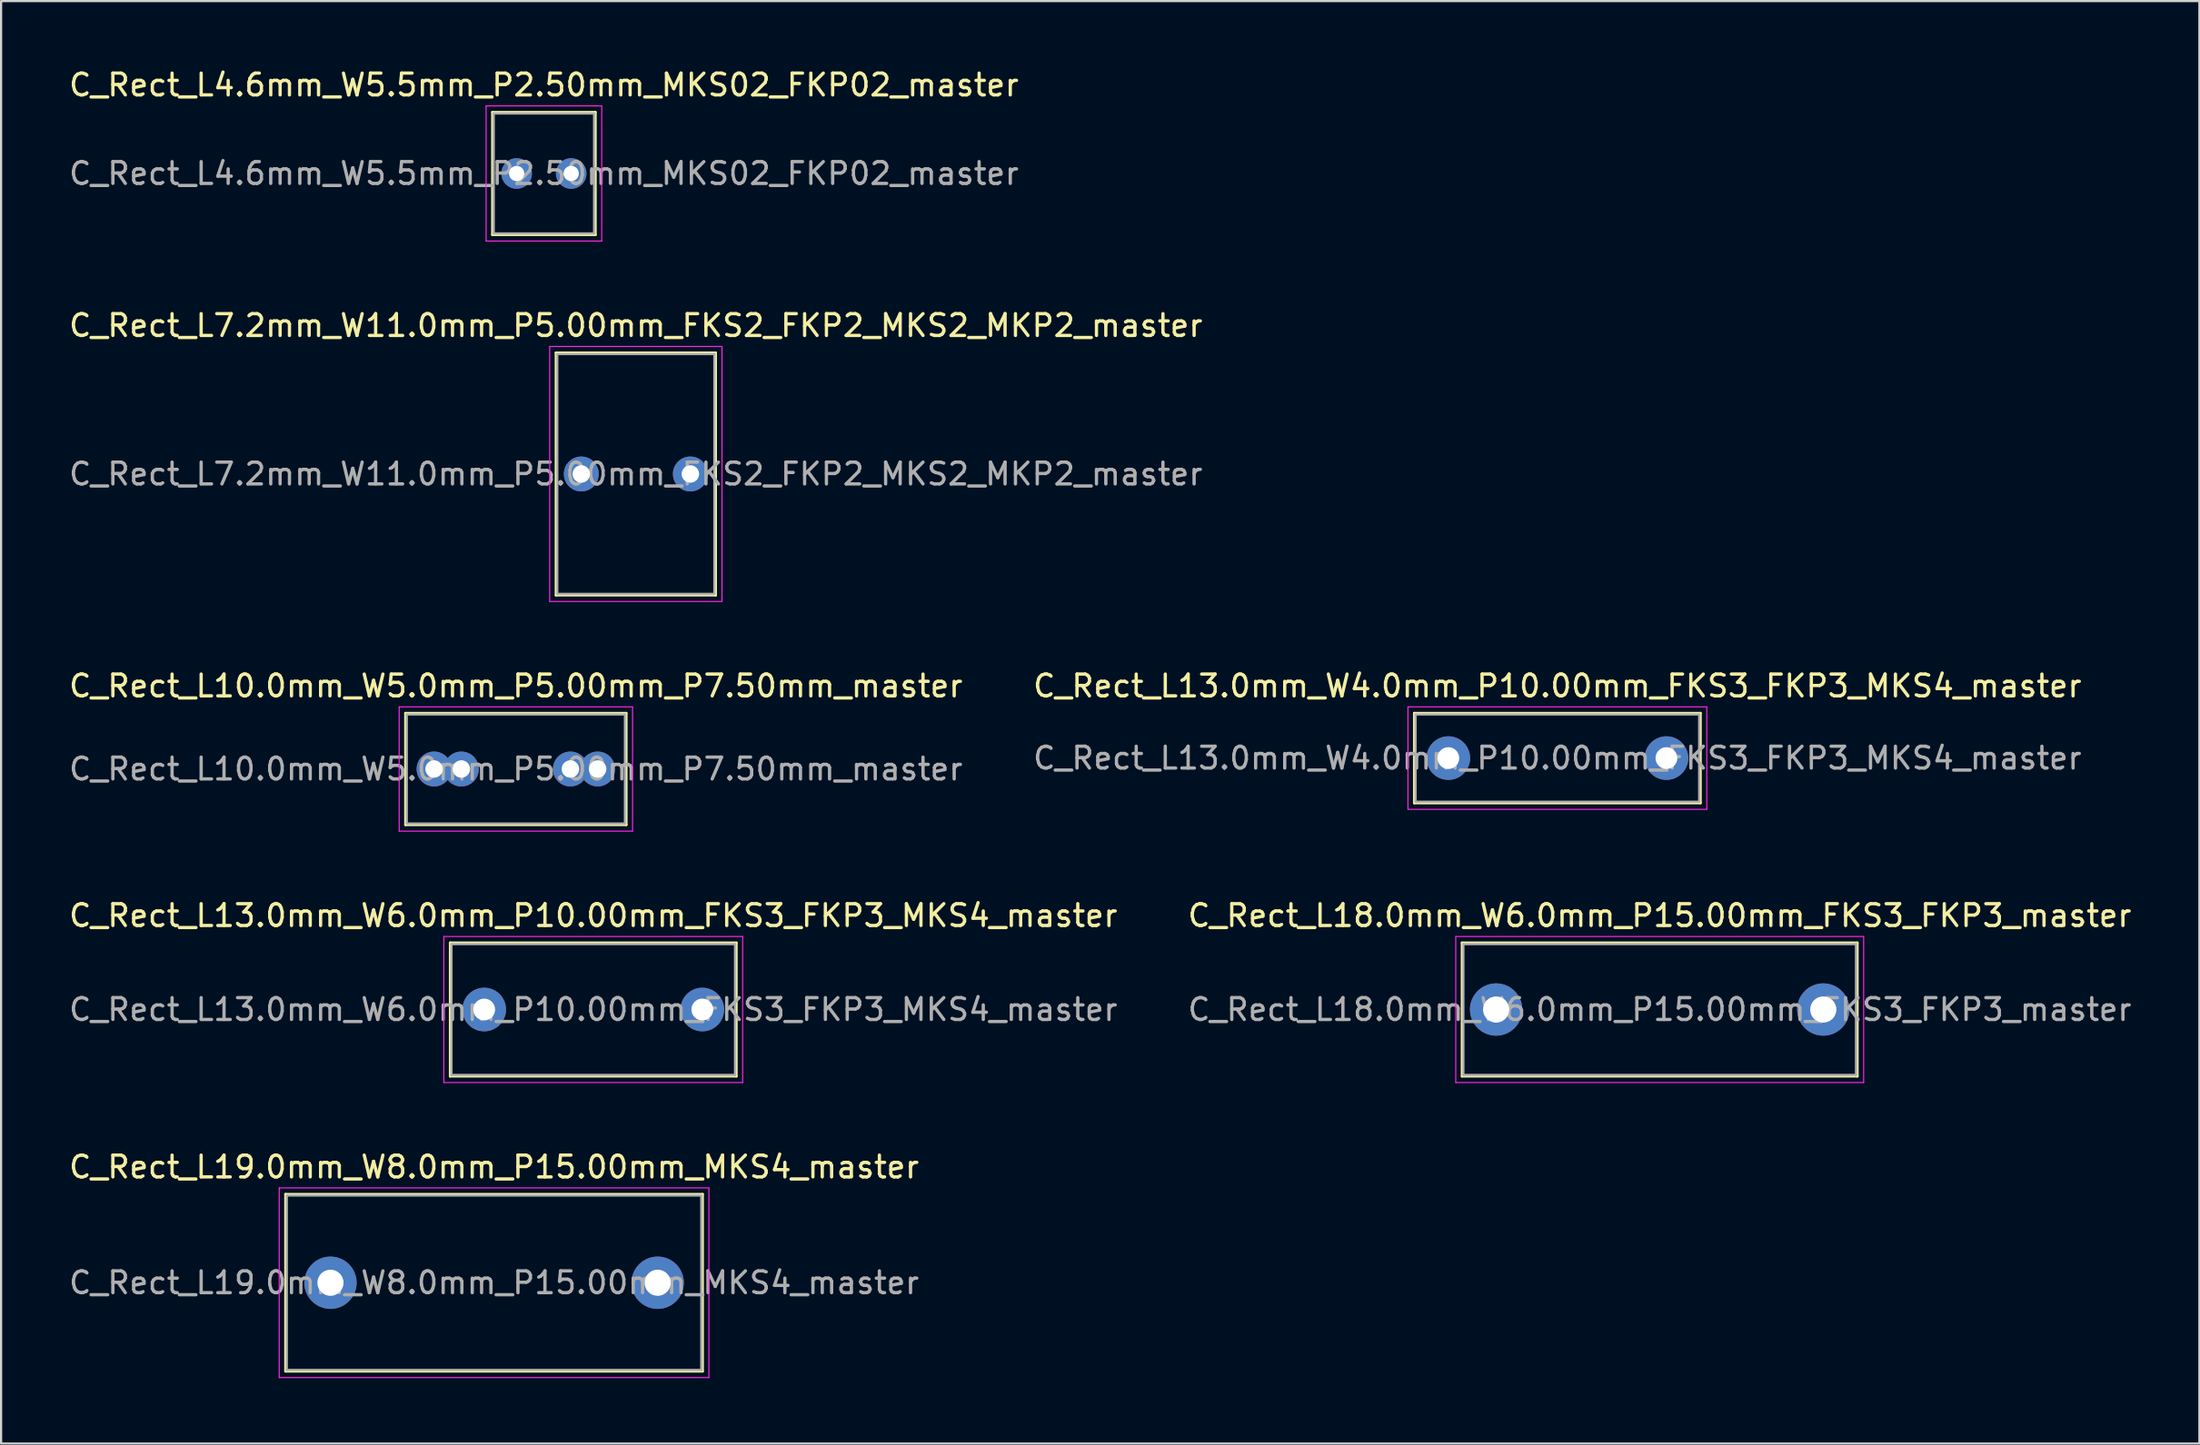
<source format=kicad_pcb>
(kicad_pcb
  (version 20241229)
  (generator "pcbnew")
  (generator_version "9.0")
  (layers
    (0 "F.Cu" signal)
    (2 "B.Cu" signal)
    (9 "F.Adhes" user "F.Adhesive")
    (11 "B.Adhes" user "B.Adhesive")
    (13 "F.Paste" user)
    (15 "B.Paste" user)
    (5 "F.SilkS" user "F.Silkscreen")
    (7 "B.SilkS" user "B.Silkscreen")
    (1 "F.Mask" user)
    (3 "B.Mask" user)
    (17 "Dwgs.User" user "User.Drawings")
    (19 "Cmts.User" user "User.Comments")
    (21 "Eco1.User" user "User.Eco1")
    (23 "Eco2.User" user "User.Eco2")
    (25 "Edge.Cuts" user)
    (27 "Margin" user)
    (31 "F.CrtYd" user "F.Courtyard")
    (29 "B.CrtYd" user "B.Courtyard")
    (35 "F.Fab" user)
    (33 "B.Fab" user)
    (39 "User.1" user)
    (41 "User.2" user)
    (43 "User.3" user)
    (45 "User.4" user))
  (footprint "C_Rect_L7.2mm_W11.0mm_P5.00mm_FKS2_FKP2_MKS2_MKP2_master"
    (layer "F.Cu")
    (at 23.601 18.692)
    (property "Reference" "C_Rect_L7.2mm_W11.0mm_P5.00mm_FKS2_FKP2_MKS2_MKP2_master" (at 2.5 -6.81 0) (layer "F.SilkS") (effects (font (size 1 1) (thickness 0.15))))
    (attr through_hole)
    (fp_line (start -1.16 -5.56) (end -1.16 5.56) (stroke (width 0.12) (type solid)) (layer "F.SilkS"))
    (fp_line (start -1.16 -5.56) (end 6.16 -5.56) (stroke (width 0.12) (type solid)) (layer "F.SilkS"))
    (fp_line (start -1.16 5.56) (end 6.16 5.56) (stroke (width 0.12) (type solid)) (layer "F.SilkS"))
    (fp_line (start 6.16 -5.56) (end 6.16 5.56) (stroke (width 0.12) (type solid)) (layer "F.SilkS"))
    (fp_line (start -1.45 -5.85) (end -1.45 5.85) (stroke (width 0.05) (type solid)) (layer "F.CrtYd"))
    (fp_line (start -1.45 5.85) (end 6.45 5.85) (stroke (width 0.05) (type solid)) (layer "F.CrtYd"))
    (fp_line (start 6.45 -5.85) (end -1.45 -5.85) (stroke (width 0.05) (type solid)) (layer "F.CrtYd"))
    (fp_line (start 6.45 5.85) (end 6.45 -5.85) (stroke (width 0.05) (type solid)) (layer "F.CrtYd"))
    (fp_line (start -1.1 -5.5) (end -1.1 5.5) (stroke (width 0.1) (type solid)) (layer "F.Fab"))
    (fp_line (start -1.1 5.5) (end 6.1 5.5) (stroke (width 0.1) (type solid)) (layer "F.Fab"))
    (fp_line (start 6.1 -5.5) (end -1.1 -5.5) (stroke (width 0.1) (type solid)) (layer "F.Fab"))
    (fp_line (start 6.1 5.5) (end 6.1 -5.5) (stroke (width 0.1) (type solid)) (layer "F.Fab"))
    (fp_text user "${REFERENCE}" (at 2.5 0 0) (layer "F.Fab") (effects (font (size 1 1) (thickness 0.15))))
    (pad "1" thru_hole circle (at 0 0) (size 1.6 1.6) (drill 0.8) (layers "*.Cu" "*.Mask"))
    (pad "2" thru_hole circle (at 5 0) (size 1.6 1.6) (drill 0.8) (layers "*.Cu" "*.Mask")))
  (footprint "C_Rect_L18.0mm_W6.0mm_P15.00mm_FKS3_FKP3_master"
    (layer "F.Cu")
    (at 65.542 43.258)
    (property "Reference" "C_Rect_L18.0mm_W6.0mm_P15.00mm_FKS3_FKP3_master" (at 7.5 -4.31 0) (layer "F.SilkS") (effects (font (size 1 1) (thickness 0.15))))
    (attr through_hole)
    (fp_line (start -1.56 -3.06) (end -1.56 3.06) (stroke (width 0.12) (type solid)) (layer "F.SilkS"))
    (fp_line (start -1.56 -3.06) (end 16.56 -3.06) (stroke (width 0.12) (type solid)) (layer "F.SilkS"))
    (fp_line (start -1.56 3.06) (end 16.56 3.06) (stroke (width 0.12) (type solid)) (layer "F.SilkS"))
    (fp_line (start 16.56 -3.06) (end 16.56 3.06) (stroke (width 0.12) (type solid)) (layer "F.SilkS"))
    (fp_line (start -1.85 -3.35) (end -1.85 3.35) (stroke (width 0.05) (type solid)) (layer "F.CrtYd"))
    (fp_line (start -1.85 3.35) (end 16.85 3.35) (stroke (width 0.05) (type solid)) (layer "F.CrtYd"))
    (fp_line (start 16.85 -3.35) (end -1.85 -3.35) (stroke (width 0.05) (type solid)) (layer "F.CrtYd"))
    (fp_line (start 16.85 3.35) (end 16.85 -3.35) (stroke (width 0.05) (type solid)) (layer "F.CrtYd"))
    (fp_line (start -1.5 -3) (end -1.5 3) (stroke (width 0.1) (type solid)) (layer "F.Fab"))
    (fp_line (start -1.5 3) (end 16.5 3) (stroke (width 0.1) (type solid)) (layer "F.Fab"))
    (fp_line (start 16.5 -3) (end -1.5 -3) (stroke (width 0.1) (type solid)) (layer "F.Fab"))
    (fp_line (start 16.5 3) (end 16.5 -3) (stroke (width 0.1) (type solid)) (layer "F.Fab"))
    (fp_text user "${REFERENCE}" (at 7.5 0 0) (layer "F.Fab") (effects (font (size 1 1) (thickness 0.15))))
    (pad "1" thru_hole circle (at 0 0) (size 2.4 2.4) (drill 1.2) (layers "*.Cu" "*.Mask"))
    (pad "2" thru_hole circle (at 15 0) (size 2.4 2.4) (drill 1.2) (layers "*.Cu" "*.Mask")))
  (footprint "C_Rect_L19.0mm_W8.0mm_P15.00mm_MKS4_master"
    (layer "F.Cu")
    (at 12.101 55.791)
    (property "Reference" "C_Rect_L19.0mm_W8.0mm_P15.00mm_MKS4_master" (at 7.5 -5.31 0) (layer "F.SilkS") (effects (font (size 1 1) (thickness 0.15))))
    (attr through_hole)
    (fp_line (start -2.06 -4.06) (end -2.06 4.06) (stroke (width 0.12) (type solid)) (layer "F.SilkS"))
    (fp_line (start -2.06 -4.06) (end 17.06 -4.06) (stroke (width 0.12) (type solid)) (layer "F.SilkS"))
    (fp_line (start -2.06 4.06) (end 17.06 4.06) (stroke (width 0.12) (type solid)) (layer "F.SilkS"))
    (fp_line (start 17.06 -4.06) (end 17.06 4.06) (stroke (width 0.12) (type solid)) (layer "F.SilkS"))
    (fp_line (start -2.35 -4.35) (end -2.35 4.35) (stroke (width 0.05) (type solid)) (layer "F.CrtYd"))
    (fp_line (start -2.35 4.35) (end 17.35 4.35) (stroke (width 0.05) (type solid)) (layer "F.CrtYd"))
    (fp_line (start 17.35 -4.35) (end -2.35 -4.35) (stroke (width 0.05) (type solid)) (layer "F.CrtYd"))
    (fp_line (start 17.35 4.35) (end 17.35 -4.35) (stroke (width 0.05) (type solid)) (layer "F.CrtYd"))
    (fp_line (start -2 -4) (end -2 4) (stroke (width 0.1) (type solid)) (layer "F.Fab"))
    (fp_line (start -2 4) (end 17 4) (stroke (width 0.1) (type solid)) (layer "F.Fab"))
    (fp_line (start 17 -4) (end -2 -4) (stroke (width 0.1) (type solid)) (layer "F.Fab"))
    (fp_line (start 17 4) (end 17 -4) (stroke (width 0.1) (type solid)) (layer "F.Fab"))
    (fp_text user "${REFERENCE}" (at 7.5 0 0) (layer "F.Fab") (effects (font (size 1 1) (thickness 0.15))))
    (pad "1" thru_hole circle (at 0 0) (size 2.4 2.4) (drill 1.2) (layers "*.Cu" "*.Mask"))
    (pad "2" thru_hole circle (at 15 0) (size 2.4 2.4) (drill 1.2) (layers "*.Cu" "*.Mask")))
  (footprint "C_Rect_L13.0mm_W6.0mm_P10.00mm_FKS3_FKP3_MKS4_master"
    (layer "F.Cu")
    (at 19.149 43.258)
    (property "Reference" "C_Rect_L13.0mm_W6.0mm_P10.00mm_FKS3_FKP3_MKS4_master" (at 5 -4.31 0) (layer "F.SilkS") (effects (font (size 1 1) (thickness 0.15))))
    (attr through_hole)
    (fp_line (start -1.56 -3.06) (end -1.56 3.06) (stroke (width 0.12) (type solid)) (layer "F.SilkS"))
    (fp_line (start -1.56 -3.06) (end 11.56 -3.06) (stroke (width 0.12) (type solid)) (layer "F.SilkS"))
    (fp_line (start -1.56 3.06) (end 11.56 3.06) (stroke (width 0.12) (type solid)) (layer "F.SilkS"))
    (fp_line (start 11.56 -3.06) (end 11.56 3.06) (stroke (width 0.12) (type solid)) (layer "F.SilkS"))
    (fp_line (start -1.85 -3.35) (end -1.85 3.35) (stroke (width 0.05) (type solid)) (layer "F.CrtYd"))
    (fp_line (start -1.85 3.35) (end 11.85 3.35) (stroke (width 0.05) (type solid)) (layer "F.CrtYd"))
    (fp_line (start 11.85 -3.35) (end -1.85 -3.35) (stroke (width 0.05) (type solid)) (layer "F.CrtYd"))
    (fp_line (start 11.85 3.35) (end 11.85 -3.35) (stroke (width 0.05) (type solid)) (layer "F.CrtYd"))
    (fp_line (start -1.5 -3) (end -1.5 3) (stroke (width 0.1) (type solid)) (layer "F.Fab"))
    (fp_line (start -1.5 3) (end 11.5 3) (stroke (width 0.1) (type solid)) (layer "F.Fab"))
    (fp_line (start 11.5 -3) (end -1.5 -3) (stroke (width 0.1) (type solid)) (layer "F.Fab"))
    (fp_line (start 11.5 3) (end 11.5 -3) (stroke (width 0.1) (type solid)) (layer "F.Fab"))
    (fp_text user "${REFERENCE}" (at 5 0 0) (layer "F.Fab") (effects (font (size 1 1) (thickness 0.15))))
    (pad "1" thru_hole circle (at 0 0) (size 2 2) (drill 1) (layers "*.Cu" "*.Mask"))
    (pad "2" thru_hole circle (at 10 0) (size 2 2) (drill 1) (layers "*.Cu" "*.Mask")))
  (footprint "C_Rect_L10.0mm_W5.0mm_P5.00mm_P7.50mm_master"
    (layer "F.Cu")
    (at 16.851 32.225)
    (property "Reference" "C_Rect_L10.0mm_W5.0mm_P5.00mm_P7.50mm_master" (at 3.75 -3.81 0) (layer "F.SilkS") (effects (font (size 1 1) (thickness 0.15))))
    (attr through_hole)
    (fp_line (start -1.31 -2.56) (end -1.31 2.56) (stroke (width 0.12) (type solid)) (layer "F.SilkS"))
    (fp_line (start -1.31 -2.56) (end 8.81 -2.56) (stroke (width 0.12) (type solid)) (layer "F.SilkS"))
    (fp_line (start -1.31 2.56) (end 8.81 2.56) (stroke (width 0.12) (type solid)) (layer "F.SilkS"))
    (fp_line (start 8.81 -2.56) (end 8.81 2.56) (stroke (width 0.12) (type solid)) (layer "F.SilkS"))
    (fp_line (start -1.6 -2.85) (end -1.6 2.85) (stroke (width 0.05) (type solid)) (layer "F.CrtYd"))
    (fp_line (start -1.6 2.85) (end 9.1 2.85) (stroke (width 0.05) (type solid)) (layer "F.CrtYd"))
    (fp_line (start 9.1 -2.85) (end -1.6 -2.85) (stroke (width 0.05) (type solid)) (layer "F.CrtYd"))
    (fp_line (start 9.1 2.85) (end 9.1 -2.85) (stroke (width 0.05) (type solid)) (layer "F.CrtYd"))
    (fp_line (start -1.25 -2.5) (end -1.25 2.5) (stroke (width 0.1) (type solid)) (layer "F.Fab"))
    (fp_line (start -1.25 2.5) (end 8.75 2.5) (stroke (width 0.1) (type solid)) (layer "F.Fab"))
    (fp_line (start 8.75 -2.5) (end -1.25 -2.5) (stroke (width 0.1) (type solid)) (layer "F.Fab"))
    (fp_line (start 8.75 2.5) (end 8.75 -2.5) (stroke (width 0.1) (type solid)) (layer "F.Fab"))
    (fp_text user "${REFERENCE}" (at 3.75 0 0) (layer "F.Fab") (effects (font (size 1 1) (thickness 0.15))))
    (pad "1" thru_hole circle (at 0 0) (size 1.6 1.6) (drill 0.8) (layers "*.Cu" "*.Mask"))
    (pad "1" thru_hole circle (at 1.25 0) (size 1.6 1.6) (drill 0.8) (layers "*.Cu" "*.Mask"))
    (pad "2" thru_hole circle (at 6.25 0) (size 1.6 1.6) (drill 0.8) (layers "*.Cu" "*.Mask"))
    (pad "2" thru_hole circle (at 7.5 0) (size 1.6 1.6) (drill 0.8) (layers "*.Cu" "*.Mask")))
  (footprint "C_Rect_L4.6mm_W5.5mm_P2.50mm_MKS02_FKP02_master"
    (layer "F.Cu")
    (at 20.637 4.908)
    (property "Reference" "C_Rect_L4.6mm_W5.5mm_P2.50mm_MKS02_FKP02_master" (at 1.25 -4.06 0) (layer "F.SilkS") (effects (font (size 1 1) (thickness 0.15))))
    (attr through_hole)
    (fp_line (start -1.11 -2.81) (end -1.11 2.81) (stroke (width 0.12) (type solid)) (layer "F.SilkS"))
    (fp_line (start -1.11 -2.81) (end 3.61 -2.81) (stroke (width 0.12) (type solid)) (layer "F.SilkS"))
    (fp_line (start -1.11 2.81) (end 3.61 2.81) (stroke (width 0.12) (type solid)) (layer "F.SilkS"))
    (fp_line (start 3.61 -2.81) (end 3.61 2.81) (stroke (width 0.12) (type solid)) (layer "F.SilkS"))
    (fp_line (start -1.4 -3.1) (end -1.4 3.1) (stroke (width 0.05) (type solid)) (layer "F.CrtYd"))
    (fp_line (start -1.4 3.1) (end 3.9 3.1) (stroke (width 0.05) (type solid)) (layer "F.CrtYd"))
    (fp_line (start 3.9 -3.1) (end -1.4 -3.1) (stroke (width 0.05) (type solid)) (layer "F.CrtYd"))
    (fp_line (start 3.9 3.1) (end 3.9 -3.1) (stroke (width 0.05) (type solid)) (layer "F.CrtYd"))
    (fp_line (start -1.05 -2.75) (end -1.05 2.75) (stroke (width 0.1) (type solid)) (layer "F.Fab"))
    (fp_line (start -1.05 2.75) (end 3.55 2.75) (stroke (width 0.1) (type solid)) (layer "F.Fab"))
    (fp_line (start 3.55 -2.75) (end -1.05 -2.75) (stroke (width 0.1) (type solid)) (layer "F.Fab"))
    (fp_line (start 3.55 2.75) (end 3.55 -2.75) (stroke (width 0.1) (type solid)) (layer "F.Fab"))
    (fp_text user "${REFERENCE}" (at 1.25 0 0) (layer "F.Fab") (effects (font (size 1 1) (thickness 0.15))))
    (pad "1" thru_hole circle (at 0 0) (size 1.4 1.4) (drill 0.7) (layers "*.Cu" "*.Mask"))
    (pad "2" thru_hole circle (at 2.5 0) (size 1.4 1.4) (drill 0.7) (layers "*.Cu" "*.Mask")))
  (footprint "C_Rect_L13.0mm_W4.0mm_P10.00mm_FKS3_FKP3_MKS4_master"
    (layer "F.Cu")
    (at 63.351 31.725)
    (property "Reference" "C_Rect_L13.0mm_W4.0mm_P10.00mm_FKS3_FKP3_MKS4_master" (at 5 -3.31 0) (layer "F.SilkS") (effects (font (size 1 1) (thickness 0.15))))
    (attr through_hole)
    (fp_line (start -1.56 -2.06) (end -1.56 2.06) (stroke (width 0.12) (type solid)) (layer "F.SilkS"))
    (fp_line (start -1.56 -2.06) (end 11.56 -2.06) (stroke (width 0.12) (type solid)) (layer "F.SilkS"))
    (fp_line (start -1.56 2.06) (end 11.56 2.06) (stroke (width 0.12) (type solid)) (layer "F.SilkS"))
    (fp_line (start 11.56 -2.06) (end 11.56 2.06) (stroke (width 0.12) (type solid)) (layer "F.SilkS"))
    (fp_line (start -1.85 -2.35) (end -1.85 2.35) (stroke (width 0.05) (type solid)) (layer "F.CrtYd"))
    (fp_line (start -1.85 2.35) (end 11.85 2.35) (stroke (width 0.05) (type solid)) (layer "F.CrtYd"))
    (fp_line (start 11.85 -2.35) (end -1.85 -2.35) (stroke (width 0.05) (type solid)) (layer "F.CrtYd"))
    (fp_line (start 11.85 2.35) (end 11.85 -2.35) (stroke (width 0.05) (type solid)) (layer "F.CrtYd"))
    (fp_line (start -1.5 -2) (end -1.5 2) (stroke (width 0.1) (type solid)) (layer "F.Fab"))
    (fp_line (start -1.5 2) (end 11.5 2) (stroke (width 0.1) (type solid)) (layer "F.Fab"))
    (fp_line (start 11.5 -2) (end -1.5 -2) (stroke (width 0.1) (type solid)) (layer "F.Fab"))
    (fp_line (start 11.5 2) (end 11.5 -2) (stroke (width 0.1) (type solid)) (layer "F.Fab"))
    (fp_text user "${REFERENCE}" (at 5 0 0) (layer "F.Fab") (effects (font (size 1 1) (thickness 0.15))))
    (pad "1" thru_hole circle (at 0 0) (size 2 2) (drill 1) (layers "*.Cu" "*.Mask"))
    (pad "2" thru_hole circle (at 10 0) (size 2 2) (drill 1) (layers "*.Cu" "*.Mask")))
  (gr_rect
    (start -3 -3)
    (end 97.786 63.166)
    (stroke (width 0.1) (type default))
    (fill no)
    (layer "Edge.Cuts")))
</source>
